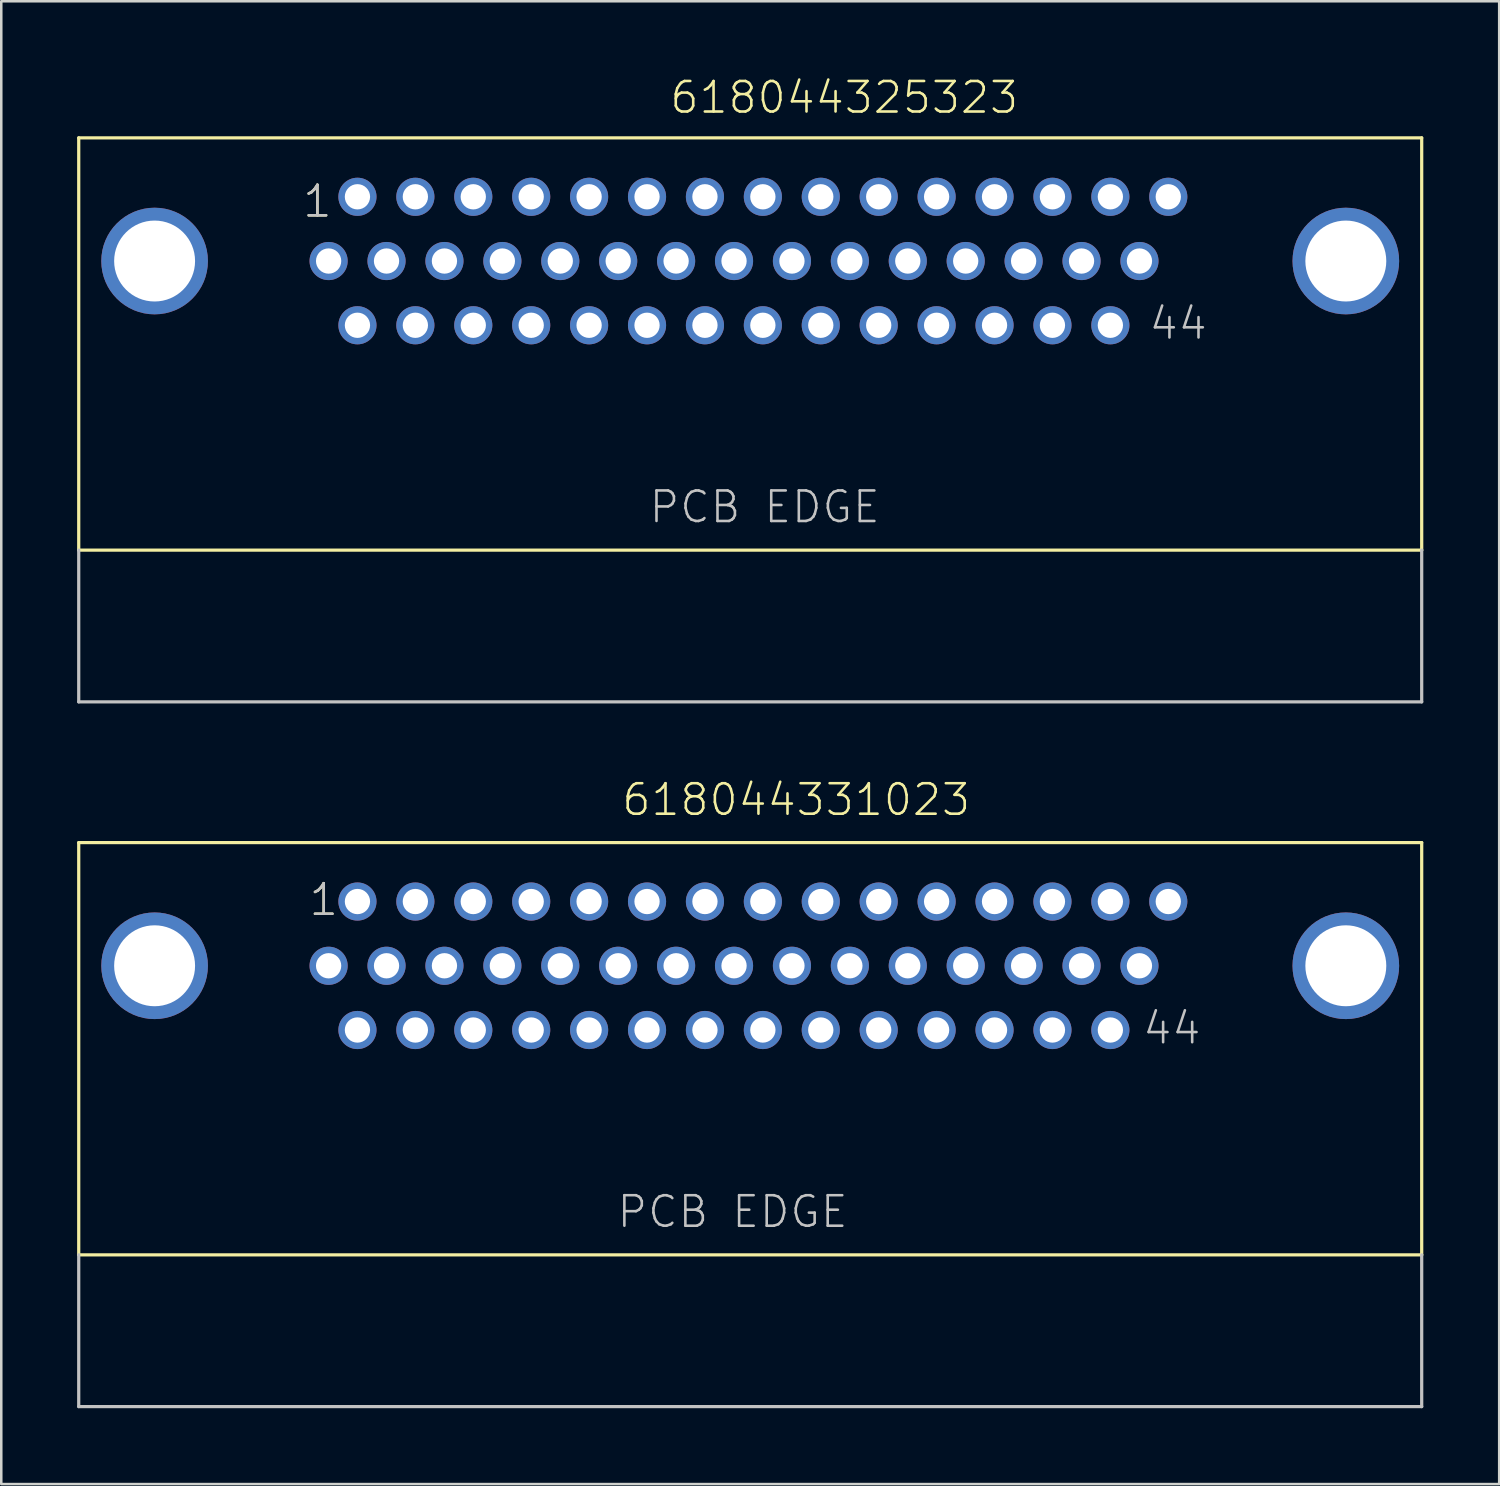
<source format=kicad_pcb>
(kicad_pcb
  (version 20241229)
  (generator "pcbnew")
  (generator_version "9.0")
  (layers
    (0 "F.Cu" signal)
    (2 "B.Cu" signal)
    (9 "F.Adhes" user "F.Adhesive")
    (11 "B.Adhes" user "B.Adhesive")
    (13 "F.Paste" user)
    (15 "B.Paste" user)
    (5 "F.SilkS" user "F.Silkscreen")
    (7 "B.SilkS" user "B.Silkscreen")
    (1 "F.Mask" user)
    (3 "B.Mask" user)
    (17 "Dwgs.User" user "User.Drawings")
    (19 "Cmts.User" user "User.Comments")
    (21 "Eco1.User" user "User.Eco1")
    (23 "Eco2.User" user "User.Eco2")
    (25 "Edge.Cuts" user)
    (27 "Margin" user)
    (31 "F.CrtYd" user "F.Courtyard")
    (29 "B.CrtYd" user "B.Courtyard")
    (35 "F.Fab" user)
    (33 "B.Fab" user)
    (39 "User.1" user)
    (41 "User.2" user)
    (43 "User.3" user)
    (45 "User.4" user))
  (footprint "618044325323"
    (layer "F.Cu")
    (at 26.613 7.271)
    (property "Reference" "618044325323" (at -3.24 -5.76 0) (layer "F.SilkS") (effects (font (size 1.206 1.206) (thickness 0.102)) (justify left bottom)))
    (attr through_hole)
    (fp_line (start -26.55 -4.87) (end 26.55 -4.87) (stroke (width 0.127) (type solid)) (layer "F.SilkS"))
    (fp_line (start -26.55 11.43) (end -26.55 -4.87) (stroke (width 0.127) (type solid)) (layer "F.SilkS"))
    (fp_line (start 26.55 -4.87) (end 26.55 11.43) (stroke (width 0.127) (type solid)) (layer "F.SilkS"))
    (fp_line (start 26.55 11.43) (end -26.55 11.43) (stroke (width 0.127) (type solid)) (layer "F.SilkS"))
    (fp_line (start -26.55 17.43) (end -26.55 11.43) (stroke (width 0.127) (type solid)) (layer "Dwgs.User"))
    (fp_line (start 26.55 11.43) (end 26.55 17.43) (stroke (width 0.127) (type solid)) (layer "Dwgs.User"))
    (fp_line (start 26.55 17.43) (end -26.55 17.43) (stroke (width 0.127) (type solid)) (layer "Dwgs.User"))
    (fp_text user "1" (at -17.755 -1.655 0) (layer "F.SilkS") (effects (font (size 1.206 1.206) (thickness 0.102)) (justify left bottom)))
    (fp_text user "44" (at 15.705 3.175 0) (layer "Dwgs.User") (effects (font (size 1.206 1.206) (thickness 0.102)) (justify left bottom)))
    (fp_text user "1" (at -17.755 -1.655 0) (layer "Dwgs.User") (effects (font (size 1.206 1.206) (thickness 0.102)) (justify left bottom)))
    (fp_text user "PCB EDGE" (at -4.06 10.43 0) (layer "Dwgs.User") (effects (font (size 1.206 1.206) (thickness 0.102)) (justify left bottom)))
    (pad "1" thru_hole circle (at -15.53 -2.54) (size 1.508 1.508) (drill 1) (layers "*.Cu" "*.Mask"))
    (pad "2" thru_hole circle (at -13.24 -2.54) (size 1.508 1.508) (drill 1) (layers "*.Cu" "*.Mask"))
    (pad "3" thru_hole circle (at -10.95 -2.54) (size 1.508 1.508) (drill 1) (layers "*.Cu" "*.Mask"))
    (pad "4" thru_hole circle (at -8.66 -2.54) (size 1.508 1.508) (drill 1) (layers "*.Cu" "*.Mask"))
    (pad "5" thru_hole circle (at -6.37 -2.54) (size 1.508 1.508) (drill 1) (layers "*.Cu" "*.Mask"))
    (pad "6" thru_hole circle (at -4.08 -2.54) (size 1.508 1.508) (drill 1) (layers "*.Cu" "*.Mask"))
    (pad "7" thru_hole circle (at -1.79 -2.54) (size 1.508 1.508) (drill 1) (layers "*.Cu" "*.Mask"))
    (pad "8" thru_hole circle (at 0.5 -2.54) (size 1.508 1.508) (drill 1) (layers "*.Cu" "*.Mask"))
    (pad "9" thru_hole circle (at 2.79 -2.54) (size 1.508 1.508) (drill 1) (layers "*.Cu" "*.Mask"))
    (pad "10" thru_hole circle (at 5.08 -2.54) (size 1.508 1.508) (drill 1) (layers "*.Cu" "*.Mask"))
    (pad "11" thru_hole circle (at 7.37 -2.54) (size 1.508 1.508) (drill 1) (layers "*.Cu" "*.Mask"))
    (pad "12" thru_hole circle (at 9.66 -2.54) (size 1.508 1.508) (drill 1) (layers "*.Cu" "*.Mask"))
    (pad "13" thru_hole circle (at 11.95 -2.54) (size 1.508 1.508) (drill 1) (layers "*.Cu" "*.Mask"))
    (pad "14" thru_hole circle (at 14.24 -2.54) (size 1.508 1.508) (drill 1) (layers "*.Cu" "*.Mask"))
    (pad "15" thru_hole circle (at 16.53 -2.54) (size 1.508 1.508) (drill 1) (layers "*.Cu" "*.Mask"))
    (pad "16" thru_hole circle (at -16.67 0) (size 1.508 1.508) (drill 1) (layers "*.Cu" "*.Mask"))
    (pad "17" thru_hole circle (at -14.38 0) (size 1.508 1.508) (drill 1) (layers "*.Cu" "*.Mask"))
    (pad "18" thru_hole circle (at -12.09 0) (size 1.508 1.508) (drill 1) (layers "*.Cu" "*.Mask"))
    (pad "19" thru_hole circle (at -9.8 0) (size 1.508 1.508) (drill 1) (layers "*.Cu" "*.Mask"))
    (pad "20" thru_hole circle (at -7.51 0) (size 1.508 1.508) (drill 1) (layers "*.Cu" "*.Mask"))
    (pad "21" thru_hole circle (at -5.22 0) (size 1.508 1.508) (drill 1) (layers "*.Cu" "*.Mask"))
    (pad "22" thru_hole circle (at -2.93 0) (size 1.508 1.508) (drill 1) (layers "*.Cu" "*.Mask"))
    (pad "23" thru_hole circle (at -0.64 0) (size 1.508 1.508) (drill 1) (layers "*.Cu" "*.Mask"))
    (pad "24" thru_hole circle (at 1.65 0) (size 1.508 1.508) (drill 1) (layers "*.Cu" "*.Mask"))
    (pad "25" thru_hole circle (at 3.94 0) (size 1.508 1.508) (drill 1) (layers "*.Cu" "*.Mask"))
    (pad "26" thru_hole circle (at 6.23 0) (size 1.508 1.508) (drill 1) (layers "*.Cu" "*.Mask"))
    (pad "27" thru_hole circle (at 8.52 0) (size 1.508 1.508) (drill 1) (layers "*.Cu" "*.Mask"))
    (pad "28" thru_hole circle (at 10.81 0) (size 1.508 1.508) (drill 1) (layers "*.Cu" "*.Mask"))
    (pad "29" thru_hole circle (at 13.1 0) (size 1.508 1.508) (drill 1) (layers "*.Cu" "*.Mask"))
    (pad "30" thru_hole circle (at 15.39 0) (size 1.508 1.508) (drill 1) (layers "*.Cu" "*.Mask"))
    (pad "31" thru_hole circle (at -15.53 2.54) (size 1.508 1.508) (drill 1) (layers "*.Cu" "*.Mask"))
    (pad "32" thru_hole circle (at -13.24 2.54) (size 1.508 1.508) (drill 1) (layers "*.Cu" "*.Mask"))
    (pad "33" thru_hole circle (at -10.95 2.54) (size 1.508 1.508) (drill 1) (layers "*.Cu" "*.Mask"))
    (pad "34" thru_hole circle (at -8.66 2.54) (size 1.508 1.508) (drill 1) (layers "*.Cu" "*.Mask"))
    (pad "35" thru_hole circle (at -6.37 2.54) (size 1.508 1.508) (drill 1) (layers "*.Cu" "*.Mask"))
    (pad "36" thru_hole circle (at -4.08 2.54) (size 1.508 1.508) (drill 1) (layers "*.Cu" "*.Mask"))
    (pad "37" thru_hole circle (at -1.79 2.54) (size 1.508 1.508) (drill 1) (layers "*.Cu" "*.Mask"))
    (pad "38" thru_hole circle (at 0.5 2.54) (size 1.508 1.508) (drill 1) (layers "*.Cu" "*.Mask"))
    (pad "39" thru_hole circle (at 2.79 2.54) (size 1.508 1.508) (drill 1) (layers "*.Cu" "*.Mask"))
    (pad "40" thru_hole circle (at 5.08 2.54) (size 1.508 1.508) (drill 1) (layers "*.Cu" "*.Mask"))
    (pad "41" thru_hole circle (at 7.37 2.54) (size 1.508 1.508) (drill 1) (layers "*.Cu" "*.Mask"))
    (pad "42" thru_hole circle (at 9.66 2.54) (size 1.508 1.508) (drill 1) (layers "*.Cu" "*.Mask"))
    (pad "43" thru_hole circle (at 11.95 2.54) (size 1.508 1.508) (drill 1) (layers "*.Cu" "*.Mask"))
    (pad "44" thru_hole circle (at 14.24 2.54) (size 1.508 1.508) (drill 1) (layers "*.Cu" "*.Mask"))
    (pad "SHEL" thru_hole circle (at -23.55 0) (size 4.216 4.216) (drill 3.2) (layers "*.Cu" "*.Mask"))
    (pad "SHEL" thru_hole circle (at 23.55 0) (size 4.216 4.216) (drill 3.2) (layers "*.Cu" "*.Mask")))
  (footprint "618044331023"
    (layer "F.Cu")
    (at 26.613 35.136)
    (property "Reference" "618044331023" (at -5.14 -5.86 0) (layer "F.SilkS") (effects (font (size 1.206 1.206) (thickness 0.102)) (justify left bottom)))
    (attr through_hole)
    (fp_line (start -26.55 -4.87) (end 26.55 -4.87) (stroke (width 0.127) (type solid)) (layer "F.SilkS"))
    (fp_line (start -26.55 11.43) (end -26.55 -4.87) (stroke (width 0.127) (type solid)) (layer "F.SilkS"))
    (fp_line (start 26.55 -4.87) (end 26.55 11.43) (stroke (width 0.127) (type solid)) (layer "F.SilkS"))
    (fp_line (start 26.55 11.43) (end -26.55 11.43) (stroke (width 0.127) (type solid)) (layer "F.SilkS"))
    (fp_line (start -26.55 17.43) (end -26.55 11.43) (stroke (width 0.127) (type solid)) (layer "Dwgs.User"))
    (fp_line (start 26.55 11.43) (end 26.55 17.43) (stroke (width 0.127) (type solid)) (layer "Dwgs.User"))
    (fp_line (start 26.55 17.43) (end -26.55 17.43) (stroke (width 0.127) (type solid)) (layer "Dwgs.User"))
    (fp_text user "1" (at -17.505 -1.905 0) (layer "F.SilkS") (effects (font (size 1.206 1.206) (thickness 0.102)) (justify left bottom)))
    (fp_text user "1" (at -17.505 -1.905 0) (layer "Dwgs.User") (effects (font (size 1.206 1.206) (thickness 0.102)) (justify left bottom)))
    (fp_text user "PCB EDGE" (at -5.33 10.43 0) (layer "Dwgs.User") (effects (font (size 1.206 1.206) (thickness 0.102)) (justify left bottom)))
    (fp_text user "44" (at 15.455 3.175 0) (layer "Dwgs.User") (effects (font (size 1.206 1.206) (thickness 0.102)) (justify left bottom)))
    (pad "1" thru_hole circle (at -15.53 -2.54) (size 1.508 1.508) (drill 1) (layers "*.Cu" "*.Mask"))
    (pad "2" thru_hole circle (at -13.24 -2.54) (size 1.508 1.508) (drill 1) (layers "*.Cu" "*.Mask"))
    (pad "3" thru_hole circle (at -10.95 -2.54) (size 1.508 1.508) (drill 1) (layers "*.Cu" "*.Mask"))
    (pad "4" thru_hole circle (at -8.66 -2.54) (size 1.508 1.508) (drill 1) (layers "*.Cu" "*.Mask"))
    (pad "5" thru_hole circle (at -6.37 -2.54) (size 1.508 1.508) (drill 1) (layers "*.Cu" "*.Mask"))
    (pad "6" thru_hole circle (at -4.08 -2.54) (size 1.508 1.508) (drill 1) (layers "*.Cu" "*.Mask"))
    (pad "7" thru_hole circle (at -1.79 -2.54) (size 1.508 1.508) (drill 1) (layers "*.Cu" "*.Mask"))
    (pad "8" thru_hole circle (at 0.5 -2.54) (size 1.508 1.508) (drill 1) (layers "*.Cu" "*.Mask"))
    (pad "9" thru_hole circle (at 2.79 -2.54) (size 1.508 1.508) (drill 1) (layers "*.Cu" "*.Mask"))
    (pad "10" thru_hole circle (at 5.08 -2.54) (size 1.508 1.508) (drill 1) (layers "*.Cu" "*.Mask"))
    (pad "11" thru_hole circle (at 7.37 -2.54) (size 1.508 1.508) (drill 1) (layers "*.Cu" "*.Mask"))
    (pad "12" thru_hole circle (at 9.66 -2.54) (size 1.508 1.508) (drill 1) (layers "*.Cu" "*.Mask"))
    (pad "13" thru_hole circle (at 11.95 -2.54) (size 1.508 1.508) (drill 1) (layers "*.Cu" "*.Mask"))
    (pad "14" thru_hole circle (at 14.24 -2.54) (size 1.508 1.508) (drill 1) (layers "*.Cu" "*.Mask"))
    (pad "15" thru_hole circle (at 16.53 -2.54) (size 1.508 1.508) (drill 1) (layers "*.Cu" "*.Mask"))
    (pad "16" thru_hole circle (at -16.67 0) (size 1.508 1.508) (drill 1) (layers "*.Cu" "*.Mask"))
    (pad "17" thru_hole circle (at -14.38 0) (size 1.508 1.508) (drill 1) (layers "*.Cu" "*.Mask"))
    (pad "18" thru_hole circle (at -12.09 0) (size 1.508 1.508) (drill 1) (layers "*.Cu" "*.Mask"))
    (pad "19" thru_hole circle (at -9.8 0) (size 1.508 1.508) (drill 1) (layers "*.Cu" "*.Mask"))
    (pad "20" thru_hole circle (at -7.51 0) (size 1.508 1.508) (drill 1) (layers "*.Cu" "*.Mask"))
    (pad "21" thru_hole circle (at -5.22 0) (size 1.508 1.508) (drill 1) (layers "*.Cu" "*.Mask"))
    (pad "22" thru_hole circle (at -2.93 0) (size 1.508 1.508) (drill 1) (layers "*.Cu" "*.Mask"))
    (pad "23" thru_hole circle (at -0.64 0) (size 1.508 1.508) (drill 1) (layers "*.Cu" "*.Mask"))
    (pad "24" thru_hole circle (at 1.65 0) (size 1.508 1.508) (drill 1) (layers "*.Cu" "*.Mask"))
    (pad "25" thru_hole circle (at 3.94 0) (size 1.508 1.508) (drill 1) (layers "*.Cu" "*.Mask"))
    (pad "26" thru_hole circle (at 6.23 0) (size 1.508 1.508) (drill 1) (layers "*.Cu" "*.Mask"))
    (pad "27" thru_hole circle (at 8.52 0) (size 1.508 1.508) (drill 1) (layers "*.Cu" "*.Mask"))
    (pad "28" thru_hole circle (at 10.81 0) (size 1.508 1.508) (drill 1) (layers "*.Cu" "*.Mask"))
    (pad "29" thru_hole circle (at 13.1 0) (size 1.508 1.508) (drill 1) (layers "*.Cu" "*.Mask"))
    (pad "30" thru_hole circle (at 15.39 0) (size 1.508 1.508) (drill 1) (layers "*.Cu" "*.Mask"))
    (pad "31" thru_hole circle (at -15.53 2.54) (size 1.508 1.508) (drill 1) (layers "*.Cu" "*.Mask"))
    (pad "32" thru_hole circle (at -13.24 2.54) (size 1.508 1.508) (drill 1) (layers "*.Cu" "*.Mask"))
    (pad "33" thru_hole circle (at -10.95 2.54) (size 1.508 1.508) (drill 1) (layers "*.Cu" "*.Mask"))
    (pad "34" thru_hole circle (at -8.66 2.54) (size 1.508 1.508) (drill 1) (layers "*.Cu" "*.Mask"))
    (pad "35" thru_hole circle (at -6.37 2.54) (size 1.508 1.508) (drill 1) (layers "*.Cu" "*.Mask"))
    (pad "36" thru_hole circle (at -4.08 2.54) (size 1.508 1.508) (drill 1) (layers "*.Cu" "*.Mask"))
    (pad "37" thru_hole circle (at -1.79 2.54) (size 1.508 1.508) (drill 1) (layers "*.Cu" "*.Mask"))
    (pad "38" thru_hole circle (at 0.5 2.54) (size 1.508 1.508) (drill 1) (layers "*.Cu" "*.Mask"))
    (pad "39" thru_hole circle (at 2.79 2.54) (size 1.508 1.508) (drill 1) (layers "*.Cu" "*.Mask"))
    (pad "40" thru_hole circle (at 5.08 2.54) (size 1.508 1.508) (drill 1) (layers "*.Cu" "*.Mask"))
    (pad "41" thru_hole circle (at 7.37 2.54) (size 1.508 1.508) (drill 1) (layers "*.Cu" "*.Mask"))
    (pad "42" thru_hole circle (at 9.66 2.54) (size 1.508 1.508) (drill 1) (layers "*.Cu" "*.Mask"))
    (pad "43" thru_hole circle (at 11.95 2.54) (size 1.508 1.508) (drill 1) (layers "*.Cu" "*.Mask"))
    (pad "44" thru_hole circle (at 14.24 2.54) (size 1.508 1.508) (drill 1) (layers "*.Cu" "*.Mask"))
    (pad "SHEL" thru_hole circle (at -23.55 0) (size 4.216 4.216) (drill 3.2) (layers "*.Cu" "*.Mask"))
    (pad "SHEL" thru_hole circle (at 23.55 0) (size 4.216 4.216) (drill 3.2) (layers "*.Cu" "*.Mask")))
  (gr_rect
    (start -3 -3)
    (end 56.227 55.63)
    (stroke (width 0.1) (type default))
    (fill no)
    (layer "Edge.Cuts")))
</source>
